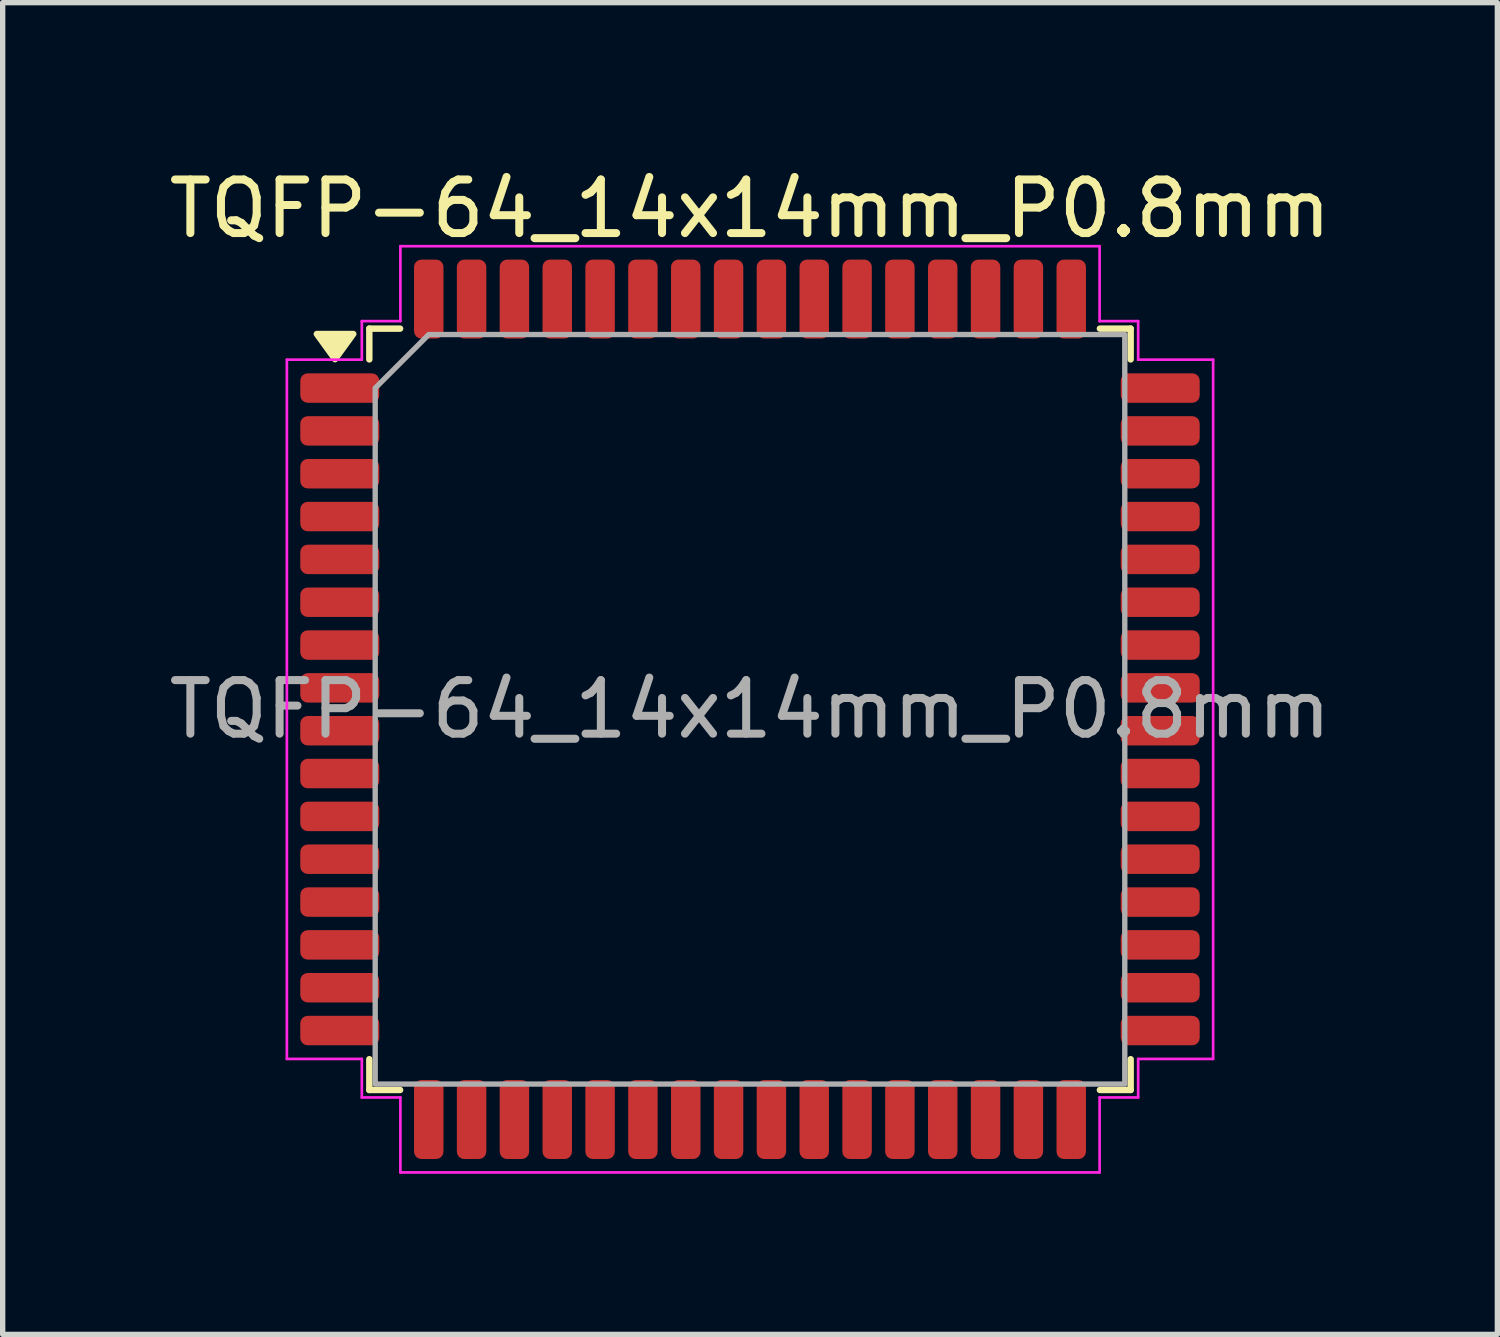
<source format=kicad_pcb>
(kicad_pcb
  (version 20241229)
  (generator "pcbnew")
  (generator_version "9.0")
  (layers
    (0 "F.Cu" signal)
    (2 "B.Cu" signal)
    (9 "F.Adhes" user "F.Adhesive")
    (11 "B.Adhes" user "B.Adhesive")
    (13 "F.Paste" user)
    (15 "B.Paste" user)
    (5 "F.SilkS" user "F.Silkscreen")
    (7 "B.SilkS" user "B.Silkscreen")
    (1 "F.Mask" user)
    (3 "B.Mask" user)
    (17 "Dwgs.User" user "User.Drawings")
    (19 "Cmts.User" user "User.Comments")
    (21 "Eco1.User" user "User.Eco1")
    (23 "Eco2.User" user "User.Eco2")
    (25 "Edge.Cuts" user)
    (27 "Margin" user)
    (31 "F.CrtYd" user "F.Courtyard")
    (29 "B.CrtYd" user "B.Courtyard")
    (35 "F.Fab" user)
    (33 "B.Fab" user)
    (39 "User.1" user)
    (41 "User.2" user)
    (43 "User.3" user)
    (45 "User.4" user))
  (footprint "TQFP-64_14x14mm_P0.8mm"
    (layer "F.Cu")
    (at 10.958 10.198)
    (property "Reference" "TQFP-64_14x14mm_P0.8mm" (at 0 -9.35 0) (layer "F.SilkS") (effects (font (size 1 1) (thickness 0.15))))
    (attr smd)
    (fp_line (start -7.11 -7.11) (end -6.535 -7.11) (stroke (width 0.12) (type solid)) (layer "F.SilkS"))
    (fp_line (start -7.11 -6.535) (end -7.11 -7.11) (stroke (width 0.12) (type solid)) (layer "F.SilkS"))
    (fp_line (start -7.11 7.11) (end -7.11 6.535) (stroke (width 0.12) (type solid)) (layer "F.SilkS"))
    (fp_line (start -6.535 7.11) (end -7.11 7.11) (stroke (width 0.12) (type solid)) (layer "F.SilkS"))
    (fp_line (start 6.535 -7.11) (end 7.11 -7.11) (stroke (width 0.12) (type solid)) (layer "F.SilkS"))
    (fp_line (start 7.11 -7.11) (end 7.11 -6.535) (stroke (width 0.12) (type solid)) (layer "F.SilkS"))
    (fp_line (start 7.11 6.535) (end 7.11 7.11) (stroke (width 0.12) (type solid)) (layer "F.SilkS"))
    (fp_line (start 7.11 7.11) (end 6.535 7.11) (stroke (width 0.12) (type solid)) (layer "F.SilkS"))
    (fp_poly (pts (xy -7.75 -6.54) (xy -8.09 -7.01) (xy -7.41 -7.01)) (stroke (width 0.12) (type solid)) (fill yes) (layer "F.SilkS"))
    (fp_line (start -8.65 -6.53) (end -7.25 -6.53) (stroke (width 0.05) (type solid)) (layer "F.CrtYd"))
    (fp_line (start -8.65 6.53) (end -8.65 -6.53) (stroke (width 0.05) (type solid)) (layer "F.CrtYd"))
    (fp_line (start -7.25 -7.25) (end -6.53 -7.25) (stroke (width 0.05) (type solid)) (layer "F.CrtYd"))
    (fp_line (start -7.25 -6.53) (end -7.25 -7.25) (stroke (width 0.05) (type solid)) (layer "F.CrtYd"))
    (fp_line (start -7.25 6.53) (end -8.65 6.53) (stroke (width 0.05) (type solid)) (layer "F.CrtYd"))
    (fp_line (start -7.25 7.25) (end -7.25 6.53) (stroke (width 0.05) (type solid)) (layer "F.CrtYd"))
    (fp_line (start -6.53 -8.65) (end 6.53 -8.65) (stroke (width 0.05) (type solid)) (layer "F.CrtYd"))
    (fp_line (start -6.53 -7.25) (end -6.53 -8.65) (stroke (width 0.05) (type solid)) (layer "F.CrtYd"))
    (fp_line (start -6.53 7.25) (end -7.25 7.25) (stroke (width 0.05) (type solid)) (layer "F.CrtYd"))
    (fp_line (start -6.53 8.65) (end -6.53 7.25) (stroke (width 0.05) (type solid)) (layer "F.CrtYd"))
    (fp_line (start 6.53 -8.65) (end 6.53 -7.25) (stroke (width 0.05) (type solid)) (layer "F.CrtYd"))
    (fp_line (start 6.53 -7.25) (end 7.25 -7.25) (stroke (width 0.05) (type solid)) (layer "F.CrtYd"))
    (fp_line (start 6.53 7.25) (end 6.53 8.65) (stroke (width 0.05) (type solid)) (layer "F.CrtYd"))
    (fp_line (start 6.53 8.65) (end -6.53 8.65) (stroke (width 0.05) (type solid)) (layer "F.CrtYd"))
    (fp_line (start 7.25 -7.25) (end 7.25 -6.53) (stroke (width 0.05) (type solid)) (layer "F.CrtYd"))
    (fp_line (start 7.25 -6.53) (end 8.65 -6.53) (stroke (width 0.05) (type solid)) (layer "F.CrtYd"))
    (fp_line (start 7.25 6.53) (end 7.25 7.25) (stroke (width 0.05) (type solid)) (layer "F.CrtYd"))
    (fp_line (start 7.25 7.25) (end 6.53 7.25) (stroke (width 0.05) (type solid)) (layer "F.CrtYd"))
    (fp_line (start 8.65 -6.53) (end 8.65 6.53) (stroke (width 0.05) (type solid)) (layer "F.CrtYd"))
    (fp_line (start 8.65 6.53) (end 7.25 6.53) (stroke (width 0.05) (type solid)) (layer "F.CrtYd"))
    (fp_poly (pts (xy -7 -6) (xy -7 7) (xy 7 7) (xy 7 -7) (xy -6 -7)) (stroke (width 0.1) (type solid)) (fill no) (layer "F.Fab"))
    (fp_text user "${REFERENCE}" (at 0 0 0) (layer "F.Fab") (effects (font (size 1 1) (thickness 0.15))))
    (pad "1" smd roundrect (at -7.662 -6) (size 1.475 0.55) (layers "F.Cu" "F.Mask" "F.Paste") (roundrect_rratio 0.25))
    (pad "2" smd roundrect (at -7.662 -5.2) (size 1.475 0.55) (layers "F.Cu" "F.Mask" "F.Paste") (roundrect_rratio 0.25))
    (pad "3" smd roundrect (at -7.662 -4.4) (size 1.475 0.55) (layers "F.Cu" "F.Mask" "F.Paste") (roundrect_rratio 0.25))
    (pad "4" smd roundrect (at -7.662 -3.6) (size 1.475 0.55) (layers "F.Cu" "F.Mask" "F.Paste") (roundrect_rratio 0.25))
    (pad "5" smd roundrect (at -7.662 -2.8) (size 1.475 0.55) (layers "F.Cu" "F.Mask" "F.Paste") (roundrect_rratio 0.25))
    (pad "6" smd roundrect (at -7.662 -2) (size 1.475 0.55) (layers "F.Cu" "F.Mask" "F.Paste") (roundrect_rratio 0.25))
    (pad "7" smd roundrect (at -7.662 -1.2) (size 1.475 0.55) (layers "F.Cu" "F.Mask" "F.Paste") (roundrect_rratio 0.25))
    (pad "8" smd roundrect (at -7.662 -0.4) (size 1.475 0.55) (layers "F.Cu" "F.Mask" "F.Paste") (roundrect_rratio 0.25))
    (pad "9" smd roundrect (at -7.662 0.4) (size 1.475 0.55) (layers "F.Cu" "F.Mask" "F.Paste") (roundrect_rratio 0.25))
    (pad "10" smd roundrect (at -7.662 1.2) (size 1.475 0.55) (layers "F.Cu" "F.Mask" "F.Paste") (roundrect_rratio 0.25))
    (pad "11" smd roundrect (at -7.662 2) (size 1.475 0.55) (layers "F.Cu" "F.Mask" "F.Paste") (roundrect_rratio 0.25))
    (pad "12" smd roundrect (at -7.662 2.8) (size 1.475 0.55) (layers "F.Cu" "F.Mask" "F.Paste") (roundrect_rratio 0.25))
    (pad "13" smd roundrect (at -7.662 3.6) (size 1.475 0.55) (layers "F.Cu" "F.Mask" "F.Paste") (roundrect_rratio 0.25))
    (pad "14" smd roundrect (at -7.662 4.4) (size 1.475 0.55) (layers "F.Cu" "F.Mask" "F.Paste") (roundrect_rratio 0.25))
    (pad "15" smd roundrect (at -7.662 5.2) (size 1.475 0.55) (layers "F.Cu" "F.Mask" "F.Paste") (roundrect_rratio 0.25))
    (pad "16" smd roundrect (at -7.662 6) (size 1.475 0.55) (layers "F.Cu" "F.Mask" "F.Paste") (roundrect_rratio 0.25))
    (pad "17" smd roundrect (at -6 7.662) (size 0.55 1.475) (layers "F.Cu" "F.Mask" "F.Paste") (roundrect_rratio 0.25))
    (pad "18" smd roundrect (at -5.2 7.662) (size 0.55 1.475) (layers "F.Cu" "F.Mask" "F.Paste") (roundrect_rratio 0.25))
    (pad "19" smd roundrect (at -4.4 7.662) (size 0.55 1.475) (layers "F.Cu" "F.Mask" "F.Paste") (roundrect_rratio 0.25))
    (pad "20" smd roundrect (at -3.6 7.662) (size 0.55 1.475) (layers "F.Cu" "F.Mask" "F.Paste") (roundrect_rratio 0.25))
    (pad "21" smd roundrect (at -2.8 7.662) (size 0.55 1.475) (layers "F.Cu" "F.Mask" "F.Paste") (roundrect_rratio 0.25))
    (pad "22" smd roundrect (at -2 7.662) (size 0.55 1.475) (layers "F.Cu" "F.Mask" "F.Paste") (roundrect_rratio 0.25))
    (pad "23" smd roundrect (at -1.2 7.662) (size 0.55 1.475) (layers "F.Cu" "F.Mask" "F.Paste") (roundrect_rratio 0.25))
    (pad "24" smd roundrect (at -0.4 7.662) (size 0.55 1.475) (layers "F.Cu" "F.Mask" "F.Paste") (roundrect_rratio 0.25))
    (pad "25" smd roundrect (at 0.4 7.662) (size 0.55 1.475) (layers "F.Cu" "F.Mask" "F.Paste") (roundrect_rratio 0.25))
    (pad "26" smd roundrect (at 1.2 7.662) (size 0.55 1.475) (layers "F.Cu" "F.Mask" "F.Paste") (roundrect_rratio 0.25))
    (pad "27" smd roundrect (at 2 7.662) (size 0.55 1.475) (layers "F.Cu" "F.Mask" "F.Paste") (roundrect_rratio 0.25))
    (pad "28" smd roundrect (at 2.8 7.662) (size 0.55 1.475) (layers "F.Cu" "F.Mask" "F.Paste") (roundrect_rratio 0.25))
    (pad "29" smd roundrect (at 3.6 7.662) (size 0.55 1.475) (layers "F.Cu" "F.Mask" "F.Paste") (roundrect_rratio 0.25))
    (pad "30" smd roundrect (at 4.4 7.662) (size 0.55 1.475) (layers "F.Cu" "F.Mask" "F.Paste") (roundrect_rratio 0.25))
    (pad "31" smd roundrect (at 5.2 7.662) (size 0.55 1.475) (layers "F.Cu" "F.Mask" "F.Paste") (roundrect_rratio 0.25))
    (pad "32" smd roundrect (at 6 7.662) (size 0.55 1.475) (layers "F.Cu" "F.Mask" "F.Paste") (roundrect_rratio 0.25))
    (pad "33" smd roundrect (at 7.662 6) (size 1.475 0.55) (layers "F.Cu" "F.Mask" "F.Paste") (roundrect_rratio 0.25))
    (pad "34" smd roundrect (at 7.662 5.2) (size 1.475 0.55) (layers "F.Cu" "F.Mask" "F.Paste") (roundrect_rratio 0.25))
    (pad "35" smd roundrect (at 7.662 4.4) (size 1.475 0.55) (layers "F.Cu" "F.Mask" "F.Paste") (roundrect_rratio 0.25))
    (pad "36" smd roundrect (at 7.662 3.6) (size 1.475 0.55) (layers "F.Cu" "F.Mask" "F.Paste") (roundrect_rratio 0.25))
    (pad "37" smd roundrect (at 7.662 2.8) (size 1.475 0.55) (layers "F.Cu" "F.Mask" "F.Paste") (roundrect_rratio 0.25))
    (pad "38" smd roundrect (at 7.662 2) (size 1.475 0.55) (layers "F.Cu" "F.Mask" "F.Paste") (roundrect_rratio 0.25))
    (pad "39" smd roundrect (at 7.662 1.2) (size 1.475 0.55) (layers "F.Cu" "F.Mask" "F.Paste") (roundrect_rratio 0.25))
    (pad "40" smd roundrect (at 7.662 0.4) (size 1.475 0.55) (layers "F.Cu" "F.Mask" "F.Paste") (roundrect_rratio 0.25))
    (pad "41" smd roundrect (at 7.662 -0.4) (size 1.475 0.55) (layers "F.Cu" "F.Mask" "F.Paste") (roundrect_rratio 0.25))
    (pad "42" smd roundrect (at 7.662 -1.2) (size 1.475 0.55) (layers "F.Cu" "F.Mask" "F.Paste") (roundrect_rratio 0.25))
    (pad "43" smd roundrect (at 7.662 -2) (size 1.475 0.55) (layers "F.Cu" "F.Mask" "F.Paste") (roundrect_rratio 0.25))
    (pad "44" smd roundrect (at 7.662 -2.8) (size 1.475 0.55) (layers "F.Cu" "F.Mask" "F.Paste") (roundrect_rratio 0.25))
    (pad "45" smd roundrect (at 7.662 -3.6) (size 1.475 0.55) (layers "F.Cu" "F.Mask" "F.Paste") (roundrect_rratio 0.25))
    (pad "46" smd roundrect (at 7.662 -4.4) (size 1.475 0.55) (layers "F.Cu" "F.Mask" "F.Paste") (roundrect_rratio 0.25))
    (pad "47" smd roundrect (at 7.662 -5.2) (size 1.475 0.55) (layers "F.Cu" "F.Mask" "F.Paste") (roundrect_rratio 0.25))
    (pad "48" smd roundrect (at 7.662 -6) (size 1.475 0.55) (layers "F.Cu" "F.Mask" "F.Paste") (roundrect_rratio 0.25))
    (pad "49" smd roundrect (at 6 -7.662) (size 0.55 1.475) (layers "F.Cu" "F.Mask" "F.Paste") (roundrect_rratio 0.25))
    (pad "50" smd roundrect (at 5.2 -7.662) (size 0.55 1.475) (layers "F.Cu" "F.Mask" "F.Paste") (roundrect_rratio 0.25))
    (pad "51" smd roundrect (at 4.4 -7.662) (size 0.55 1.475) (layers "F.Cu" "F.Mask" "F.Paste") (roundrect_rratio 0.25))
    (pad "52" smd roundrect (at 3.6 -7.662) (size 0.55 1.475) (layers "F.Cu" "F.Mask" "F.Paste") (roundrect_rratio 0.25))
    (pad "53" smd roundrect (at 2.8 -7.662) (size 0.55 1.475) (layers "F.Cu" "F.Mask" "F.Paste") (roundrect_rratio 0.25))
    (pad "54" smd roundrect (at 2 -7.662) (size 0.55 1.475) (layers "F.Cu" "F.Mask" "F.Paste") (roundrect_rratio 0.25))
    (pad "55" smd roundrect (at 1.2 -7.662) (size 0.55 1.475) (layers "F.Cu" "F.Mask" "F.Paste") (roundrect_rratio 0.25))
    (pad "56" smd roundrect (at 0.4 -7.662) (size 0.55 1.475) (layers "F.Cu" "F.Mask" "F.Paste") (roundrect_rratio 0.25))
    (pad "57" smd roundrect (at -0.4 -7.662) (size 0.55 1.475) (layers "F.Cu" "F.Mask" "F.Paste") (roundrect_rratio 0.25))
    (pad "58" smd roundrect (at -1.2 -7.662) (size 0.55 1.475) (layers "F.Cu" "F.Mask" "F.Paste") (roundrect_rratio 0.25))
    (pad "59" smd roundrect (at -2 -7.662) (size 0.55 1.475) (layers "F.Cu" "F.Mask" "F.Paste") (roundrect_rratio 0.25))
    (pad "60" smd roundrect (at -2.8 -7.662) (size 0.55 1.475) (layers "F.Cu" "F.Mask" "F.Paste") (roundrect_rratio 0.25))
    (pad "61" smd roundrect (at -3.6 -7.662) (size 0.55 1.475) (layers "F.Cu" "F.Mask" "F.Paste") (roundrect_rratio 0.25))
    (pad "62" smd roundrect (at -4.4 -7.662) (size 0.55 1.475) (layers "F.Cu" "F.Mask" "F.Paste") (roundrect_rratio 0.25))
    (pad "63" smd roundrect (at -5.2 -7.662) (size 0.55 1.475) (layers "F.Cu" "F.Mask" "F.Paste") (roundrect_rratio 0.25))
    (pad "64" smd roundrect (at -6 -7.662) (size 0.55 1.475) (layers "F.Cu" "F.Mask" "F.Paste") (roundrect_rratio 0.25)))
  (gr_rect
    (start -3 -3)
    (end 24.917 21.873)
    (stroke (width 0.1) (type default))
    (fill no)
    (layer "Edge.Cuts")))
</source>
